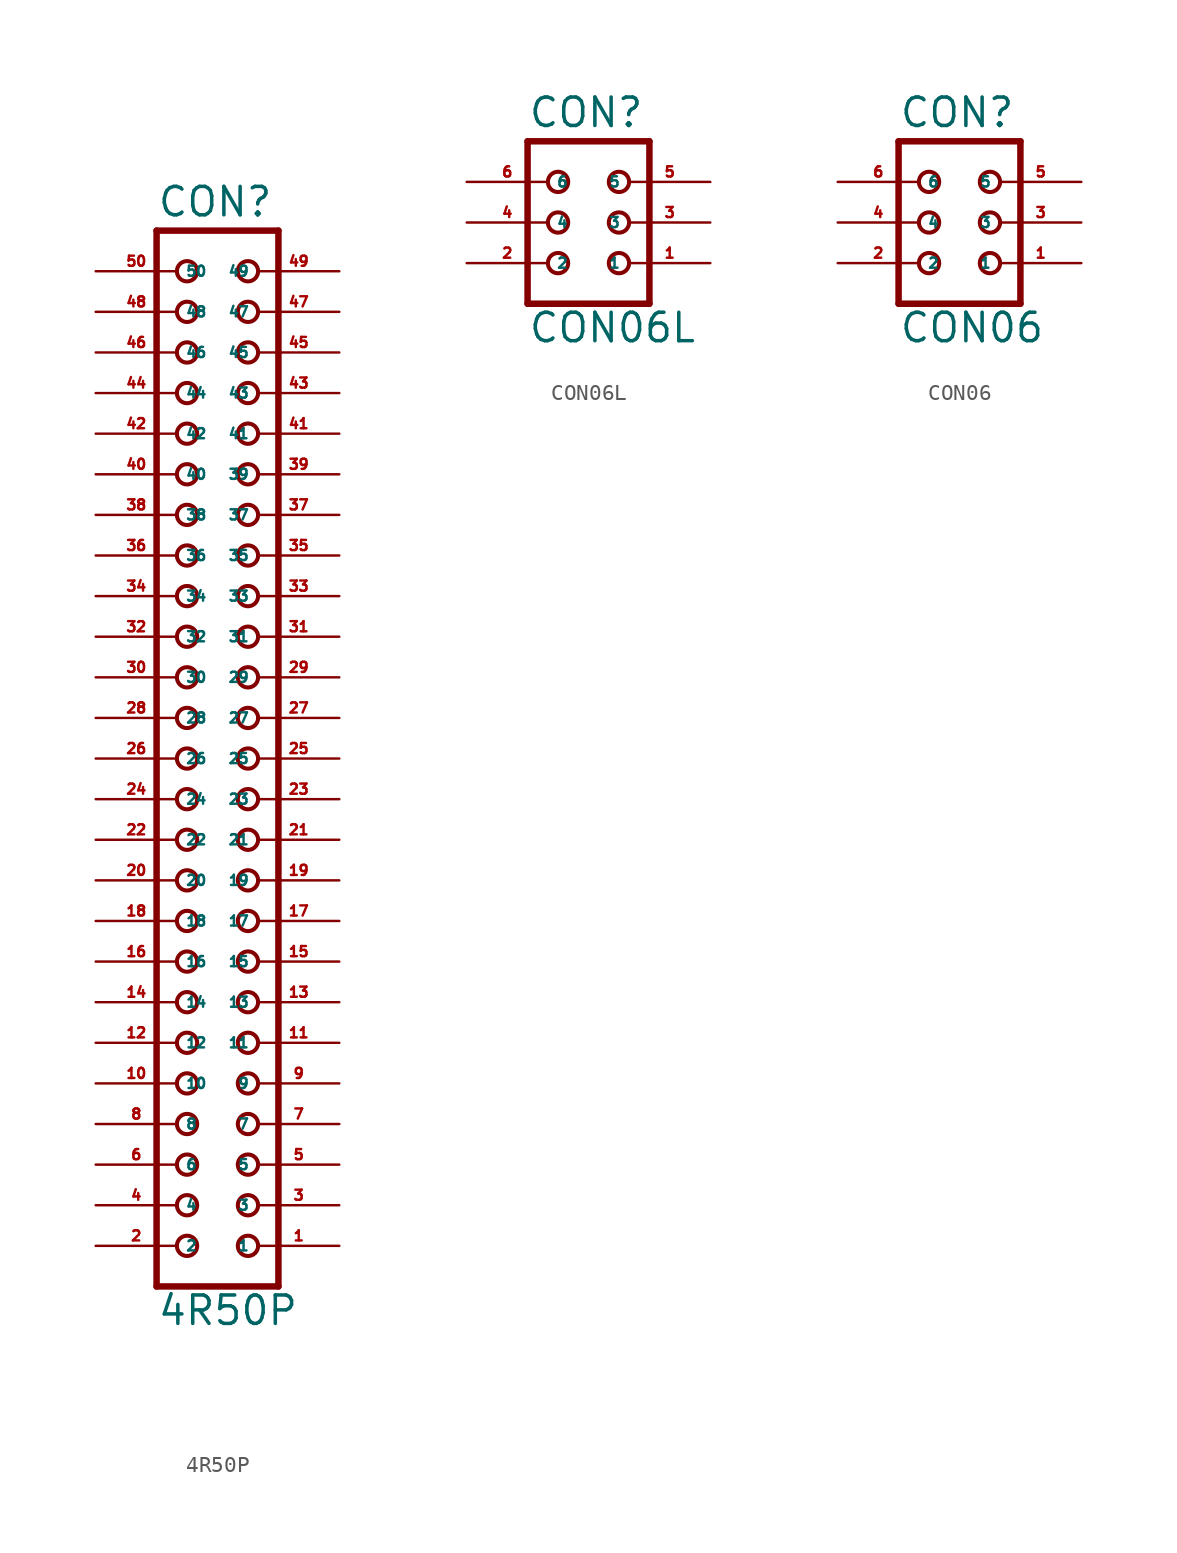
<source format=kicad_sym>
(kicad_symbol_lib
  (version 20220914)
  (generator Eagle2Kicad)
  (symbol "4R50P"
    (property "Reference" "CON"
      (at -3.81 33.782 0)
      (effects (font (size 1.778 1.778) (thickness 0.22)) (justify left bottom)))
    (property "Value" "4R50P"
      (at -3.81 -35.56 0)
      (effects (font (size 1.778 1.778) (thickness 0.22)) (justify left bottom)))
    (polyline
      (pts (xy 3.81 -33.02) (xy -3.81 -33.02))
      (stroke (width 0.406) (type default))
      (fill (type none)))
    (polyline
      (pts (xy -3.81 33.02) (xy -3.81 -33.02))
      (stroke (width 0.406) (type default))
      (fill (type none)))
    (polyline
      (pts (xy -3.81 33.02) (xy 3.81 33.02))
      (stroke (width 0.406) (type default))
      (fill (type none)))
    (polyline
      (pts (xy 3.81 -33.02) (xy 3.81 33.02))
      (stroke (width 0.406) (type default))
      (fill (type none)))
    (circle
      (center 1.905 -30.48)
      (radius 0.635)
      (stroke (width 0.254) (type default))
      (fill (type none)))
    (circle
      (center 1.905 -27.94)
      (radius 0.635)
      (stroke (width 0.254) (type default))
      (fill (type none)))
    (circle
      (center 1.905 -25.4)
      (radius 0.635)
      (stroke (width 0.254) (type default))
      (fill (type none)))
    (circle
      (center 1.905 -22.86)
      (radius 0.635)
      (stroke (width 0.254) (type default))
      (fill (type none)))
    (circle
      (center 1.905 -20.32)
      (radius 0.635)
      (stroke (width 0.254) (type default))
      (fill (type none)))
    (circle
      (center 1.905 -17.78)
      (radius 0.635)
      (stroke (width 0.254) (type default))
      (fill (type none)))
    (circle
      (center 1.905 -15.24)
      (radius 0.635)
      (stroke (width 0.254) (type default))
      (fill (type none)))
    (circle
      (center 1.905 -12.7)
      (radius 0.635)
      (stroke (width 0.254) (type default))
      (fill (type none)))
    (circle
      (center 1.905 -10.16)
      (radius 0.635)
      (stroke (width 0.254) (type default))
      (fill (type none)))
    (circle
      (center 1.905 -7.62)
      (radius 0.635)
      (stroke (width 0.254) (type default))
      (fill (type none)))
    (circle
      (center -1.905 -30.48)
      (radius 0.635)
      (stroke (width 0.254) (type default))
      (fill (type none)))
    (circle
      (center -1.905 -27.94)
      (radius 0.635)
      (stroke (width 0.254) (type default))
      (fill (type none)))
    (circle
      (center -1.905 -25.4)
      (radius 0.635)
      (stroke (width 0.254) (type default))
      (fill (type none)))
    (circle
      (center -1.905 -22.86)
      (radius 0.635)
      (stroke (width 0.254) (type default))
      (fill (type none)))
    (circle
      (center -1.905 -20.32)
      (radius 0.635)
      (stroke (width 0.254) (type default))
      (fill (type none)))
    (circle
      (center -1.905 -17.78)
      (radius 0.635)
      (stroke (width 0.254) (type default))
      (fill (type none)))
    (circle
      (center -1.905 -15.24)
      (radius 0.635)
      (stroke (width 0.254) (type default))
      (fill (type none)))
    (circle
      (center -1.905 -12.7)
      (radius 0.635)
      (stroke (width 0.254) (type default))
      (fill (type none)))
    (circle
      (center -1.905 -10.16)
      (radius 0.635)
      (stroke (width 0.254) (type default))
      (fill (type none)))
    (circle
      (center -1.905 -7.62)
      (radius 0.635)
      (stroke (width 0.254) (type default))
      (fill (type none)))
    (circle
      (center 1.905 -5.08)
      (radius 0.635)
      (stroke (width 0.254) (type default))
      (fill (type none)))
    (circle
      (center 1.905 -2.54)
      (radius 0.635)
      (stroke (width 0.254) (type default))
      (fill (type none)))
    (circle
      (center 1.905 0)
      (radius 0.635)
      (stroke (width 0.254) (type default))
      (fill (type none)))
    (circle
      (center 1.905 2.54)
      (radius 0.635)
      (stroke (width 0.254) (type default))
      (fill (type none)))
    (circle
      (center 1.905 5.08)
      (radius 0.635)
      (stroke (width 0.254) (type default))
      (fill (type none)))
    (circle
      (center 1.905 7.62)
      (radius 0.635)
      (stroke (width 0.254) (type default))
      (fill (type none)))
    (circle
      (center 1.905 10.16)
      (radius 0.635)
      (stroke (width 0.254) (type default))
      (fill (type none)))
    (circle
      (center 1.905 12.7)
      (radius 0.635)
      (stroke (width 0.254) (type default))
      (fill (type none)))
    (circle
      (center 1.905 15.24)
      (radius 0.635)
      (stroke (width 0.254) (type default))
      (fill (type none)))
    (circle
      (center 1.905 17.78)
      (radius 0.635)
      (stroke (width 0.254) (type default))
      (fill (type none)))
    (circle
      (center -1.905 -5.08)
      (radius 0.635)
      (stroke (width 0.254) (type default))
      (fill (type none)))
    (circle
      (center -1.905 -2.54)
      (radius 0.635)
      (stroke (width 0.254) (type default))
      (fill (type none)))
    (circle
      (center -1.905 0)
      (radius 0.635)
      (stroke (width 0.254) (type default))
      (fill (type none)))
    (circle
      (center -1.905 2.54)
      (radius 0.635)
      (stroke (width 0.254) (type default))
      (fill (type none)))
    (circle
      (center -1.905 5.08)
      (radius 0.635)
      (stroke (width 0.254) (type default))
      (fill (type none)))
    (circle
      (center -1.905 7.62)
      (radius 0.635)
      (stroke (width 0.254) (type default))
      (fill (type none)))
    (circle
      (center -1.905 10.16)
      (radius 0.635)
      (stroke (width 0.254) (type default))
      (fill (type none)))
    (circle
      (center -1.905 12.7)
      (radius 0.635)
      (stroke (width 0.254) (type default))
      (fill (type none)))
    (circle
      (center -1.905 15.24)
      (radius 0.635)
      (stroke (width 0.254) (type default))
      (fill (type none)))
    (circle
      (center -1.905 17.78)
      (radius 0.635)
      (stroke (width 0.254) (type default))
      (fill (type none)))
    (circle
      (center 1.905 20.32)
      (radius 0.635)
      (stroke (width 0.254) (type default))
      (fill (type none)))
    (circle
      (center 1.905 22.86)
      (radius 0.635)
      (stroke (width 0.254) (type default))
      (fill (type none)))
    (circle
      (center 1.905 25.4)
      (radius 0.635)
      (stroke (width 0.254) (type default))
      (fill (type none)))
    (circle
      (center 1.905 27.94)
      (radius 0.635)
      (stroke (width 0.254) (type default))
      (fill (type none)))
    (circle
      (center 1.905 30.48)
      (radius 0.635)
      (stroke (width 0.254) (type default))
      (fill (type none)))
    (circle
      (center -1.905 20.32)
      (radius 0.635)
      (stroke (width 0.254) (type default))
      (fill (type none)))
    (circle
      (center -1.905 22.86)
      (radius 0.635)
      (stroke (width 0.254) (type default))
      (fill (type none)))
    (circle
      (center -1.905 25.4)
      (radius 0.635)
      (stroke (width 0.254) (type default))
      (fill (type none)))
    (circle
      (center -1.905 27.94)
      (radius 0.635)
      (stroke (width 0.254) (type default))
      (fill (type none)))
    (circle
      (center -1.905 30.48)
      (radius 0.635)
      (stroke (width 0.254) (type default))
      (fill (type none)))
    (pin passive line
      (at 7.62 -30.48 180)
      (length 5.08)
      (name "1" (effects (font (size 0.635 0.635) (thickness 0.08)) (justify left bottom)))
      (number "1" (effects (font (size 0.635 0.635) (thickness 0.08)) (justify left bottom))))
    (pin passive line
      (at -7.62 -30.48 0)
      (length 5.08)
      (name "2" (effects (font (size 0.635 0.635) (thickness 0.08)) (justify left bottom)))
      (number "2" (effects (font (size 0.635 0.635) (thickness 0.08)) (justify left bottom))))
    (pin passive line
      (at 7.62 -27.94 180)
      (length 5.08)
      (name "3" (effects (font (size 0.635 0.635) (thickness 0.08)) (justify left bottom)))
      (number "3" (effects (font (size 0.635 0.635) (thickness 0.08)) (justify left bottom))))
    (pin passive line
      (at -7.62 -27.94 0)
      (length 5.08)
      (name "4" (effects (font (size 0.635 0.635) (thickness 0.08)) (justify left bottom)))
      (number "4" (effects (font (size 0.635 0.635) (thickness 0.08)) (justify left bottom))))
    (pin passive line
      (at 7.62 -25.4 180)
      (length 5.08)
      (name "5" (effects (font (size 0.635 0.635) (thickness 0.08)) (justify left bottom)))
      (number "5" (effects (font (size 0.635 0.635) (thickness 0.08)) (justify left bottom))))
    (pin passive line
      (at -7.62 -25.4 0)
      (length 5.08)
      (name "6" (effects (font (size 0.635 0.635) (thickness 0.08)) (justify left bottom)))
      (number "6" (effects (font (size 0.635 0.635) (thickness 0.08)) (justify left bottom))))
    (pin passive line
      (at 7.62 -22.86 180)
      (length 5.08)
      (name "7" (effects (font (size 0.635 0.635) (thickness 0.08)) (justify left bottom)))
      (number "7" (effects (font (size 0.635 0.635) (thickness 0.08)) (justify left bottom))))
    (pin passive line
      (at -7.62 -22.86 0)
      (length 5.08)
      (name "8" (effects (font (size 0.635 0.635) (thickness 0.08)) (justify left bottom)))
      (number "8" (effects (font (size 0.635 0.635) (thickness 0.08)) (justify left bottom))))
    (pin passive line
      (at 7.62 -20.32 180)
      (length 5.08)
      (name "9" (effects (font (size 0.635 0.635) (thickness 0.08)) (justify left bottom)))
      (number "9" (effects (font (size 0.635 0.635) (thickness 0.08)) (justify left bottom))))
    (pin passive line
      (at -7.62 -20.32 0)
      (length 5.08)
      (name "10" (effects (font (size 0.635 0.635) (thickness 0.08)) (justify left bottom)))
      (number "10" (effects (font (size 0.635 0.635) (thickness 0.08)) (justify left bottom))))
    (pin passive line
      (at 7.62 -17.78 180)
      (length 5.08)
      (name "11" (effects (font (size 0.635 0.635) (thickness 0.08)) (justify left bottom)))
      (number "11" (effects (font (size 0.635 0.635) (thickness 0.08)) (justify left bottom))))
    (pin passive line
      (at -7.62 -17.78 0)
      (length 5.08)
      (name "12" (effects (font (size 0.635 0.635) (thickness 0.08)) (justify left bottom)))
      (number "12" (effects (font (size 0.635 0.635) (thickness 0.08)) (justify left bottom))))
    (pin passive line
      (at 7.62 -15.24 180)
      (length 5.08)
      (name "13" (effects (font (size 0.635 0.635) (thickness 0.08)) (justify left bottom)))
      (number "13" (effects (font (size 0.635 0.635) (thickness 0.08)) (justify left bottom))))
    (pin passive line
      (at -7.62 -15.24 0)
      (length 5.08)
      (name "14" (effects (font (size 0.635 0.635) (thickness 0.08)) (justify left bottom)))
      (number "14" (effects (font (size 0.635 0.635) (thickness 0.08)) (justify left bottom))))
    (pin passive line
      (at 7.62 -12.7 180)
      (length 5.08)
      (name "15" (effects (font (size 0.635 0.635) (thickness 0.08)) (justify left bottom)))
      (number "15" (effects (font (size 0.635 0.635) (thickness 0.08)) (justify left bottom))))
    (pin passive line
      (at -7.62 -12.7 0)
      (length 5.08)
      (name "16" (effects (font (size 0.635 0.635) (thickness 0.08)) (justify left bottom)))
      (number "16" (effects (font (size 0.635 0.635) (thickness 0.08)) (justify left bottom))))
    (pin passive line
      (at 7.62 -10.16 180)
      (length 5.08)
      (name "17" (effects (font (size 0.635 0.635) (thickness 0.08)) (justify left bottom)))
      (number "17" (effects (font (size 0.635 0.635) (thickness 0.08)) (justify left bottom))))
    (pin passive line
      (at -7.62 -10.16 0)
      (length 5.08)
      (name "18" (effects (font (size 0.635 0.635) (thickness 0.08)) (justify left bottom)))
      (number "18" (effects (font (size 0.635 0.635) (thickness 0.08)) (justify left bottom))))
    (pin passive line
      (at 7.62 -7.62 180)
      (length 5.08)
      (name "19" (effects (font (size 0.635 0.635) (thickness 0.08)) (justify left bottom)))
      (number "19" (effects (font (size 0.635 0.635) (thickness 0.08)) (justify left bottom))))
    (pin passive line
      (at -7.62 -7.62 0)
      (length 5.08)
      (name "20" (effects (font (size 0.635 0.635) (thickness 0.08)) (justify left bottom)))
      (number "20" (effects (font (size 0.635 0.635) (thickness 0.08)) (justify left bottom))))
    (pin passive line
      (at 7.62 -5.08 180)
      (length 5.08)
      (name "21" (effects (font (size 0.635 0.635) (thickness 0.08)) (justify left bottom)))
      (number "21" (effects (font (size 0.635 0.635) (thickness 0.08)) (justify left bottom))))
    (pin passive line
      (at -7.62 -5.08 0)
      (length 5.08)
      (name "22" (effects (font (size 0.635 0.635) (thickness 0.08)) (justify left bottom)))
      (number "22" (effects (font (size 0.635 0.635) (thickness 0.08)) (justify left bottom))))
    (pin passive line
      (at 7.62 -2.54 180)
      (length 5.08)
      (name "23" (effects (font (size 0.635 0.635) (thickness 0.08)) (justify left bottom)))
      (number "23" (effects (font (size 0.635 0.635) (thickness 0.08)) (justify left bottom))))
    (pin passive line
      (at -7.62 -2.54 0)
      (length 5.08)
      (name "24" (effects (font (size 0.635 0.635) (thickness 0.08)) (justify left bottom)))
      (number "24" (effects (font (size 0.635 0.635) (thickness 0.08)) (justify left bottom))))
    (pin passive line
      (at 7.62 0 180)
      (length 5.08)
      (name "25" (effects (font (size 0.635 0.635) (thickness 0.08)) (justify left bottom)))
      (number "25" (effects (font (size 0.635 0.635) (thickness 0.08)) (justify left bottom))))
    (pin passive line
      (at -7.62 0 0)
      (length 5.08)
      (name "26" (effects (font (size 0.635 0.635) (thickness 0.08)) (justify left bottom)))
      (number "26" (effects (font (size 0.635 0.635) (thickness 0.08)) (justify left bottom))))
    (pin passive line
      (at 7.62 2.54 180)
      (length 5.08)
      (name "27" (effects (font (size 0.635 0.635) (thickness 0.08)) (justify left bottom)))
      (number "27" (effects (font (size 0.635 0.635) (thickness 0.08)) (justify left bottom))))
    (pin passive line
      (at -7.62 2.54 0)
      (length 5.08)
      (name "28" (effects (font (size 0.635 0.635) (thickness 0.08)) (justify left bottom)))
      (number "28" (effects (font (size 0.635 0.635) (thickness 0.08)) (justify left bottom))))
    (pin passive line
      (at 7.62 5.08 180)
      (length 5.08)
      (name "29" (effects (font (size 0.635 0.635) (thickness 0.08)) (justify left bottom)))
      (number "29" (effects (font (size 0.635 0.635) (thickness 0.08)) (justify left bottom))))
    (pin passive line
      (at -7.62 5.08 0)
      (length 5.08)
      (name "30" (effects (font (size 0.635 0.635) (thickness 0.08)) (justify left bottom)))
      (number "30" (effects (font (size 0.635 0.635) (thickness 0.08)) (justify left bottom))))
    (pin passive line
      (at 7.62 7.62 180)
      (length 5.08)
      (name "31" (effects (font (size 0.635 0.635) (thickness 0.08)) (justify left bottom)))
      (number "31" (effects (font (size 0.635 0.635) (thickness 0.08)) (justify left bottom))))
    (pin passive line
      (at -7.62 7.62 0)
      (length 5.08)
      (name "32" (effects (font (size 0.635 0.635) (thickness 0.08)) (justify left bottom)))
      (number "32" (effects (font (size 0.635 0.635) (thickness 0.08)) (justify left bottom))))
    (pin passive line
      (at 7.62 10.16 180)
      (length 5.08)
      (name "33" (effects (font (size 0.635 0.635) (thickness 0.08)) (justify left bottom)))
      (number "33" (effects (font (size 0.635 0.635) (thickness 0.08)) (justify left bottom))))
    (pin passive line
      (at -7.62 10.16 0)
      (length 5.08)
      (name "34" (effects (font (size 0.635 0.635) (thickness 0.08)) (justify left bottom)))
      (number "34" (effects (font (size 0.635 0.635) (thickness 0.08)) (justify left bottom))))
    (pin passive line
      (at 7.62 12.7 180)
      (length 5.08)
      (name "35" (effects (font (size 0.635 0.635) (thickness 0.08)) (justify left bottom)))
      (number "35" (effects (font (size 0.635 0.635) (thickness 0.08)) (justify left bottom))))
    (pin passive line
      (at -7.62 12.7 0)
      (length 5.08)
      (name "36" (effects (font (size 0.635 0.635) (thickness 0.08)) (justify left bottom)))
      (number "36" (effects (font (size 0.635 0.635) (thickness 0.08)) (justify left bottom))))
    (pin passive line
      (at 7.62 15.24 180)
      (length 5.08)
      (name "37" (effects (font (size 0.635 0.635) (thickness 0.08)) (justify left bottom)))
      (number "37" (effects (font (size 0.635 0.635) (thickness 0.08)) (justify left bottom))))
    (pin passive line
      (at -7.62 15.24 0)
      (length 5.08)
      (name "38" (effects (font (size 0.635 0.635) (thickness 0.08)) (justify left bottom)))
      (number "38" (effects (font (size 0.635 0.635) (thickness 0.08)) (justify left bottom))))
    (pin passive line
      (at 7.62 17.78 180)
      (length 5.08)
      (name "39" (effects (font (size 0.635 0.635) (thickness 0.08)) (justify left bottom)))
      (number "39" (effects (font (size 0.635 0.635) (thickness 0.08)) (justify left bottom))))
    (pin passive line
      (at -7.62 17.78 0)
      (length 5.08)
      (name "40" (effects (font (size 0.635 0.635) (thickness 0.08)) (justify left bottom)))
      (number "40" (effects (font (size 0.635 0.635) (thickness 0.08)) (justify left bottom))))
    (pin passive line
      (at 7.62 20.32 180)
      (length 5.08)
      (name "41" (effects (font (size 0.635 0.635) (thickness 0.08)) (justify left bottom)))
      (number "41" (effects (font (size 0.635 0.635) (thickness 0.08)) (justify left bottom))))
    (pin passive line
      (at -7.62 20.32 0)
      (length 5.08)
      (name "42" (effects (font (size 0.635 0.635) (thickness 0.08)) (justify left bottom)))
      (number "42" (effects (font (size 0.635 0.635) (thickness 0.08)) (justify left bottom))))
    (pin passive line
      (at 7.62 22.86 180)
      (length 5.08)
      (name "43" (effects (font (size 0.635 0.635) (thickness 0.08)) (justify left bottom)))
      (number "43" (effects (font (size 0.635 0.635) (thickness 0.08)) (justify left bottom))))
    (pin passive line
      (at -7.62 22.86 0)
      (length 5.08)
      (name "44" (effects (font (size 0.635 0.635) (thickness 0.08)) (justify left bottom)))
      (number "44" (effects (font (size 0.635 0.635) (thickness 0.08)) (justify left bottom))))
    (pin passive line
      (at 7.62 25.4 180)
      (length 5.08)
      (name "45" (effects (font (size 0.635 0.635) (thickness 0.08)) (justify left bottom)))
      (number "45" (effects (font (size 0.635 0.635) (thickness 0.08)) (justify left bottom))))
    (pin passive line
      (at -7.62 25.4 0)
      (length 5.08)
      (name "46" (effects (font (size 0.635 0.635) (thickness 0.08)) (justify left bottom)))
      (number "46" (effects (font (size 0.635 0.635) (thickness 0.08)) (justify left bottom))))
    (pin passive line
      (at 7.62 27.94 180)
      (length 5.08)
      (name "47" (effects (font (size 0.635 0.635) (thickness 0.08)) (justify left bottom)))
      (number "47" (effects (font (size 0.635 0.635) (thickness 0.08)) (justify left bottom))))
    (pin passive line
      (at -7.62 27.94 0)
      (length 5.08)
      (name "48" (effects (font (size 0.635 0.635) (thickness 0.08)) (justify left bottom)))
      (number "48" (effects (font (size 0.635 0.635) (thickness 0.08)) (justify left bottom))))
    (pin passive line
      (at 7.62 30.48 180)
      (length 5.08)
      (name "49" (effects (font (size 0.635 0.635) (thickness 0.08)) (justify left bottom)))
      (number "49" (effects (font (size 0.635 0.635) (thickness 0.08)) (justify left bottom))))
    (pin passive line
      (at -7.62 30.48 0)
      (length 5.08)
      (name "50" (effects (font (size 0.635 0.635) (thickness 0.08)) (justify left bottom)))
      (number "50" (effects (font (size 0.635 0.635) (thickness 0.08)) (justify left bottom)))))
  (symbol "CON06L"
    (property "Reference" "CON"
      (at -3.81 5.842 0)
      (effects (font (size 1.778 1.778) (thickness 0.22)) (justify left bottom)))
    (property "Value" "CON06L"
      (at -3.81 -7.62 0)
      (effects (font (size 1.778 1.778) (thickness 0.22)) (justify left bottom)))
    (polyline
      (pts (xy 3.81 -5.08) (xy -3.81 -5.08))
      (stroke (width 0.406) (type default))
      (fill (type none)))
    (polyline
      (pts (xy -3.81 5.08) (xy -3.81 -5.08))
      (stroke (width 0.406) (type default))
      (fill (type none)))
    (polyline
      (pts (xy -3.81 5.08) (xy 3.81 5.08))
      (stroke (width 0.406) (type default))
      (fill (type none)))
    (polyline
      (pts (xy 3.81 -5.08) (xy 3.81 5.08))
      (stroke (width 0.406) (type default))
      (fill (type none)))
    (circle
      (center 1.905 -2.54)
      (radius 0.635)
      (stroke (width 0.254) (type default))
      (fill (type none)))
    (circle
      (center 1.905 0)
      (radius 0.635)
      (stroke (width 0.254) (type default))
      (fill (type none)))
    (circle
      (center 1.905 2.54)
      (radius 0.635)
      (stroke (width 0.254) (type default))
      (fill (type none)))
    (circle
      (center -1.905 -2.54)
      (radius 0.635)
      (stroke (width 0.254) (type default))
      (fill (type none)))
    (circle
      (center -1.905 0)
      (radius 0.635)
      (stroke (width 0.254) (type default))
      (fill (type none)))
    (circle
      (center -1.905 2.54)
      (radius 0.635)
      (stroke (width 0.254) (type default))
      (fill (type none)))
    (pin passive line
      (at 7.62 -2.54 180)
      (length 5.08)
      (name "1" (effects (font (size 0.635 0.635) (thickness 0.08)) (justify left bottom)))
      (number "1" (effects (font (size 0.635 0.635) (thickness 0.08)) (justify left bottom))))
    (pin passive line
      (at -7.62 -2.54 0)
      (length 5.08)
      (name "2" (effects (font (size 0.635 0.635) (thickness 0.08)) (justify left bottom)))
      (number "2" (effects (font (size 0.635 0.635) (thickness 0.08)) (justify left bottom))))
    (pin passive line
      (at 7.62 0 180)
      (length 5.08)
      (name "3" (effects (font (size 0.635 0.635) (thickness 0.08)) (justify left bottom)))
      (number "3" (effects (font (size 0.635 0.635) (thickness 0.08)) (justify left bottom))))
    (pin passive line
      (at -7.62 0 0)
      (length 5.08)
      (name "4" (effects (font (size 0.635 0.635) (thickness 0.08)) (justify left bottom)))
      (number "4" (effects (font (size 0.635 0.635) (thickness 0.08)) (justify left bottom))))
    (pin passive line
      (at 7.62 2.54 180)
      (length 5.08)
      (name "5" (effects (font (size 0.635 0.635) (thickness 0.08)) (justify left bottom)))
      (number "5" (effects (font (size 0.635 0.635) (thickness 0.08)) (justify left bottom))))
    (pin passive line
      (at -7.62 2.54 0)
      (length 5.08)
      (name "6" (effects (font (size 0.635 0.635) (thickness 0.08)) (justify left bottom)))
      (number "6" (effects (font (size 0.635 0.635) (thickness 0.08)) (justify left bottom)))))
  (symbol "CON06"
    (property "Reference" "CON"
      (at -3.81 5.842 0)
      (effects (font (size 1.778 1.778) (thickness 0.22)) (justify left bottom)))
    (property "Value" "CON06"
      (at -3.81 -7.62 0)
      (effects (font (size 1.778 1.778) (thickness 0.22)) (justify left bottom)))
    (polyline
      (pts (xy 3.81 -5.08) (xy -3.81 -5.08))
      (stroke (width 0.406) (type default))
      (fill (type none)))
    (polyline
      (pts (xy -3.81 5.08) (xy -3.81 -5.08))
      (stroke (width 0.406) (type default))
      (fill (type none)))
    (polyline
      (pts (xy -3.81 5.08) (xy 3.81 5.08))
      (stroke (width 0.406) (type default))
      (fill (type none)))
    (polyline
      (pts (xy 3.81 -5.08) (xy 3.81 5.08))
      (stroke (width 0.406) (type default))
      (fill (type none)))
    (circle
      (center 1.905 -2.54)
      (radius 0.635)
      (stroke (width 0.254) (type default))
      (fill (type none)))
    (circle
      (center 1.905 0)
      (radius 0.635)
      (stroke (width 0.254) (type default))
      (fill (type none)))
    (circle
      (center 1.905 2.54)
      (radius 0.635)
      (stroke (width 0.254) (type default))
      (fill (type none)))
    (circle
      (center -1.905 -2.54)
      (radius 0.635)
      (stroke (width 0.254) (type default))
      (fill (type none)))
    (circle
      (center -1.905 0)
      (radius 0.635)
      (stroke (width 0.254) (type default))
      (fill (type none)))
    (circle
      (center -1.905 2.54)
      (radius 0.635)
      (stroke (width 0.254) (type default))
      (fill (type none)))
    (pin passive line
      (at 7.62 -2.54 180)
      (length 5.08)
      (name "1" (effects (font (size 0.635 0.635) (thickness 0.08)) (justify left bottom)))
      (number "1" (effects (font (size 0.635 0.635) (thickness 0.08)) (justify left bottom))))
    (pin passive line
      (at -7.62 -2.54 0)
      (length 5.08)
      (name "2" (effects (font (size 0.635 0.635) (thickness 0.08)) (justify left bottom)))
      (number "2" (effects (font (size 0.635 0.635) (thickness 0.08)) (justify left bottom))))
    (pin passive line
      (at 7.62 0 180)
      (length 5.08)
      (name "3" (effects (font (size 0.635 0.635) (thickness 0.08)) (justify left bottom)))
      (number "3" (effects (font (size 0.635 0.635) (thickness 0.08)) (justify left bottom))))
    (pin passive line
      (at -7.62 0 0)
      (length 5.08)
      (name "4" (effects (font (size 0.635 0.635) (thickness 0.08)) (justify left bottom)))
      (number "4" (effects (font (size 0.635 0.635) (thickness 0.08)) (justify left bottom))))
    (pin passive line
      (at 7.62 2.54 180)
      (length 5.08)
      (name "5" (effects (font (size 0.635 0.635) (thickness 0.08)) (justify left bottom)))
      (number "5" (effects (font (size 0.635 0.635) (thickness 0.08)) (justify left bottom))))
    (pin passive line
      (at -7.62 2.54 0)
      (length 5.08)
      (name "6" (effects (font (size 0.635 0.635) (thickness 0.08)) (justify left bottom)))
      (number "6" (effects (font (size 0.635 0.635) (thickness 0.08)) (justify left bottom))))))
</source>
